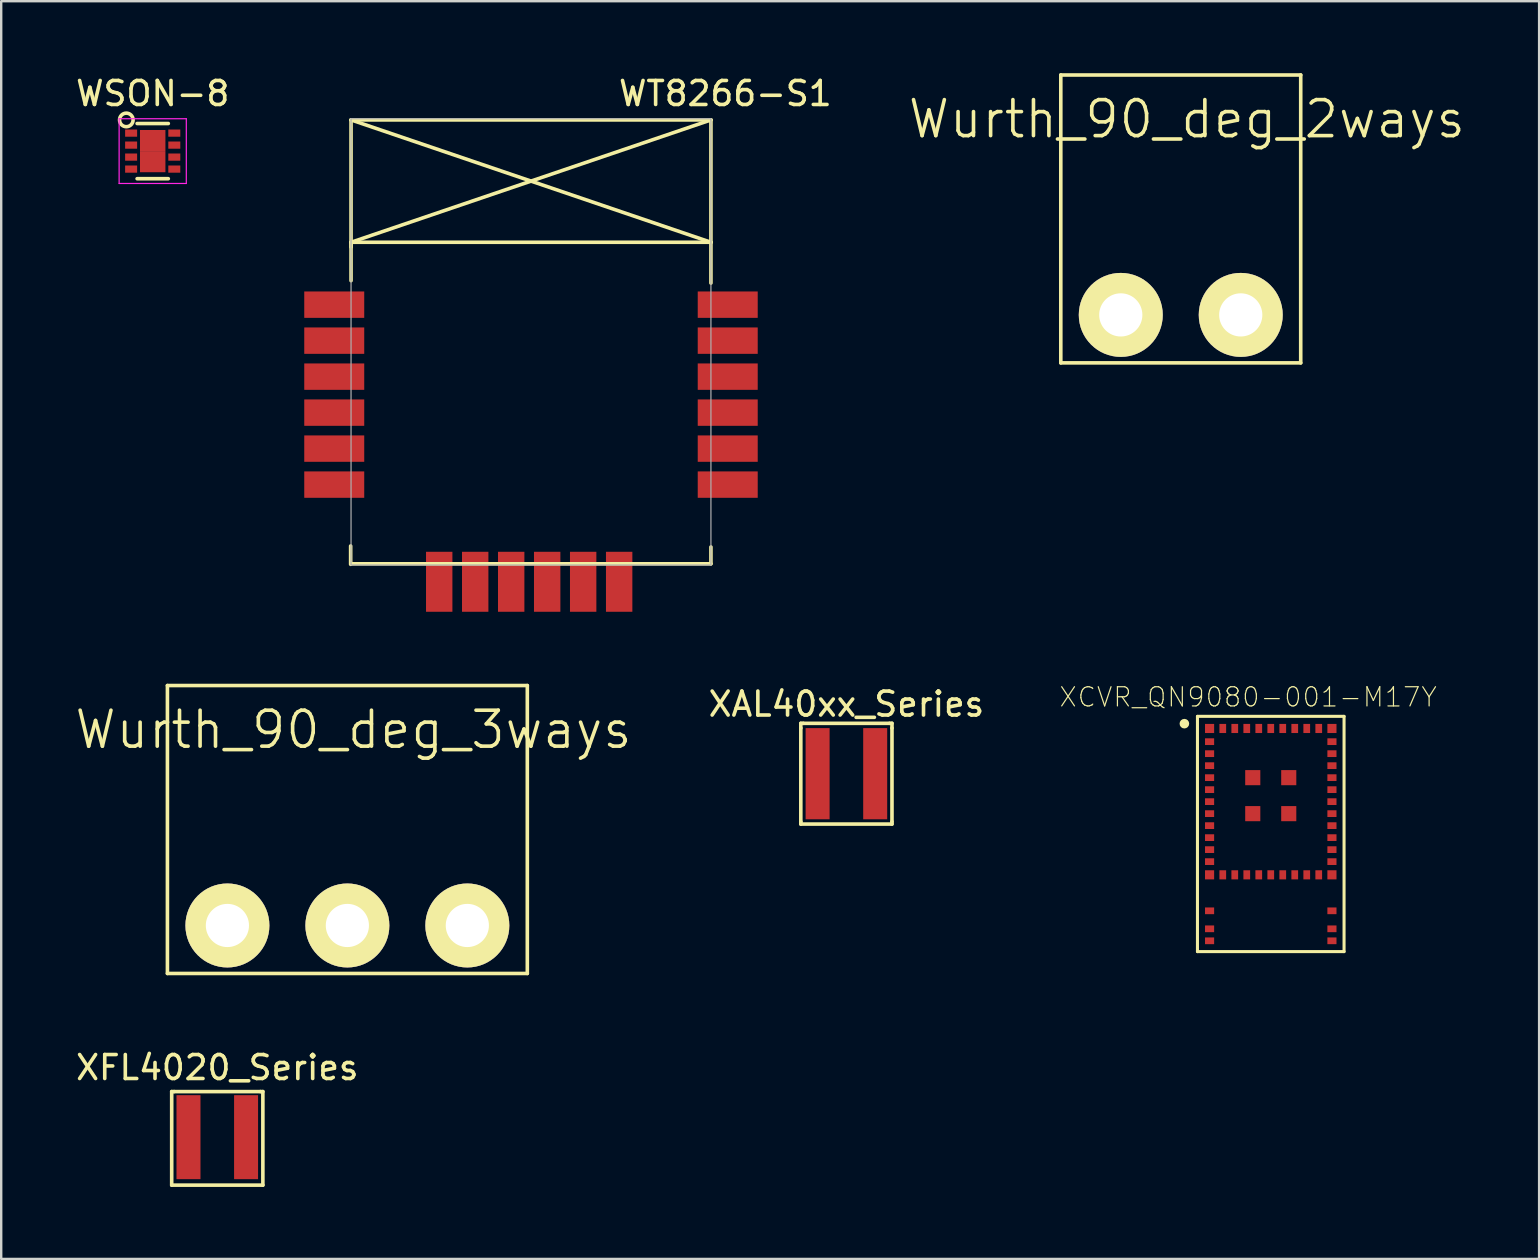
<source format=kicad_pcb>
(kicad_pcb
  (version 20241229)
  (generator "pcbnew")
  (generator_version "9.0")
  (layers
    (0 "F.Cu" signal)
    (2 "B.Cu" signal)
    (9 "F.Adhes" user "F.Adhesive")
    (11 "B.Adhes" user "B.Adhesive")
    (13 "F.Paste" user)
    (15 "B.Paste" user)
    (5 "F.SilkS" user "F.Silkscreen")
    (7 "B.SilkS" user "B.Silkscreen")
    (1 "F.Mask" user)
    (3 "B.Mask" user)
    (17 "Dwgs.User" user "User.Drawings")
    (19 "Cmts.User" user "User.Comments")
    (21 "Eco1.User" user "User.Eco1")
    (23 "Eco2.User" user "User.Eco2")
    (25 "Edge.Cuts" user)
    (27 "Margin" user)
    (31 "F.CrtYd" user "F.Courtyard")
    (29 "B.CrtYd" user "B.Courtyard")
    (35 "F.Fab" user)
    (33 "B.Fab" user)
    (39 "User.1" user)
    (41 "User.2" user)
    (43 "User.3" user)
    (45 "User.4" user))
  (footprint "WSON-8"
    (layer "F.Cu")
    (at 3.315 3.248)
    (property "Reference" "WSON-8" (at 0 -2.4 0) (layer "F.SilkS") (effects (font (size 1 1) (thickness 0.15))))
    (attr smd)
    (fp_line (start -0.65 -1.15) (end 0.65 -1.15) (stroke (width 0.15) (type solid)) (layer "F.SilkS"))
    (fp_line (start -0.65 1.15) (end 0.65 1.15) (stroke (width 0.15) (type solid)) (layer "F.SilkS"))
    (fp_circle (center -1.1 -1.3) (end -0.9 -1.1) (stroke (width 0.15) (type solid)) (fill no) (layer "F.SilkS"))
    (fp_line (start -1.4 -1.35) (end -1.4 1.35) (stroke (width 0.05) (type solid)) (layer "F.CrtYd"))
    (fp_line (start -1.4 -1.35) (end 1.4 -1.35) (stroke (width 0.05) (type solid)) (layer "F.CrtYd"))
    (fp_line (start -1.4 1.35) (end 1.4 1.35) (stroke (width 0.05) (type solid)) (layer "F.CrtYd"))
    (fp_line (start 1.4 -1.35) (end 1.4 1.35) (stroke (width 0.05) (type solid)) (layer "F.CrtYd"))
    (pad "1" smd rect (at -0.9 -0.75) (size 0.5 0.3) (layers "F.Cu" "F.Mask" "F.Paste"))
    (pad "2" smd rect (at -0.9 -0.25) (size 0.5 0.3) (layers "F.Cu" "F.Mask" "F.Paste"))
    (pad "3" smd rect (at -0.9 0.25) (size 0.5 0.3) (layers "F.Cu" "F.Mask" "F.Paste"))
    (pad "4" smd rect (at -0.9 0.75) (size 0.5 0.3) (layers "F.Cu" "F.Mask" "F.Paste"))
    (pad "5" smd rect (at 0.9 0.75) (size 0.5 0.3) (layers "F.Cu" "F.Mask" "F.Paste"))
    (pad "6" smd rect (at 0.9 0.25) (size 0.5 0.3) (layers "F.Cu" "F.Mask" "F.Paste"))
    (pad "7" smd rect (at 0.9 -0.25) (size 0.5 0.3) (layers "F.Cu" "F.Mask" "F.Paste"))
    (pad "8" smd rect (at 0.9 -0.75) (size 0.5 0.3) (layers "F.Cu" "F.Mask" "F.Paste"))
    (pad "9" smd rect (at 0 -0.44) (size 1.06 0.88) (layers "F.Cu" "F.Mask" "F.Paste"))
    (pad "9" smd rect (at 0 0.44) (size 1.06 0.88) (layers "F.Cu" "F.Mask" "F.Paste")))
  (footprint "Wurth_90_deg_3ways"
    (layer "F.Cu")
    (at 11.428 29.903)
    (property "Reference" "Wurth_90_deg_3ways" (at 0.254 -2.54 0) (layer "F.SilkS") (effects (font (size 1.5 1.5) (thickness 0.15))))
    (attr through_hole)
    (fp_line (start -7.5 -4.38) (end 7.5 -4.38) (stroke (width 0.15) (type solid)) (layer "F.SilkS"))
    (fp_line (start -7.5 7.62) (end -7.5 -4.38) (stroke (width 0.15) (type solid)) (layer "F.SilkS"))
    (fp_line (start -7.5 7.62) (end 7.5 7.62) (stroke (width 0.15) (type solid)) (layer "F.SilkS"))
    (fp_line (start 7.5 7.62) (end 7.5 -4.38) (stroke (width 0.15) (type solid)) (layer "F.SilkS"))
    (pad "1" thru_hole circle (at -5 5.62) (size 3.5 3.5) (drill 1.8) (layers "*.Cu" "*.Mask" "F.SilkS"))
    (pad "2" thru_hole circle (at 0 5.62) (size 3.5 3.5) (drill 1.8) (layers "*.Cu" "*.Mask" "F.SilkS"))
    (pad "3" thru_hole circle (at 5 5.62) (size 3.5 3.5) (drill 1.8) (layers "*.Cu" "*.Mask" "F.SilkS")))
  (footprint "WT8266-S1"
    (layer "F.Cu")
    (at 11.581 9.648)
    (property "Reference" "WT8266-S1" (at 15.6 -8.8 180) (layer "F.SilkS") (effects (font (size 1 1) (thickness 0.15))))
    (attr through_hole)
    (fp_line (start -0.016 10.059) (end -0.016 10.821) (stroke (width 0.152) (type solid)) (layer "F.SilkS"))
    (fp_line (start 0 -7.7) (end 0 -2.4) (stroke (width 0.15) (type solid)) (layer "F.SilkS"))
    (fp_line (start 0 -7.7) (end 15 -2.6) (stroke (width 0.15) (type solid)) (layer "F.SilkS"))
    (fp_line (start 0 -2.6) (end 15 -7.7) (stroke (width 0.15) (type solid)) (layer "F.SilkS"))
    (fp_line (start 0 -2.6) (end 15 -2.6) (stroke (width 0.15) (type solid)) (layer "F.SilkS"))
    (fp_line (start 0 -1) (end 0 -2.6) (stroke (width 0.15) (type solid)) (layer "F.SilkS"))
    (fp_line (start 15 -7.7) (end 0 -7.7) (stroke (width 0.15) (type solid)) (layer "F.SilkS"))
    (fp_line (start 15 -2.6) (end 15 -7.7) (stroke (width 0.15) (type solid)) (layer "F.SilkS"))
    (fp_line (start 15 -2.6) (end 15 -0.9) (stroke (width 0.15) (type solid)) (layer "F.SilkS"))
    (fp_line (start 15 10.1) (end 15 10.8) (stroke (width 0.15) (type solid)) (layer "F.SilkS"))
    (fp_line (start 15 10.8) (end 0 10.8) (stroke (width 0.15) (type solid)) (layer "F.SilkS"))
    (fp_line (start 0 -7.75) (end 15 -7.75) (stroke (width 0.05) (type solid)) (layer "F.Fab"))
    (fp_line (start 0 10.85) (end 0 -7.75) (stroke (width 0.05) (type solid)) (layer "F.Fab"))
    (fp_line (start 14.992 10.85) (end 0 10.85) (stroke (width 0.05) (type solid)) (layer "F.Fab"))
    (fp_line (start 15 -7.75) (end 15 10.85) (stroke (width 0.05) (type solid)) (layer "F.Fab"))
    (pad "1" smd rect (at 0 0) (size 2.5 1.1) (drill (offset -0.7 0)) (layers "F.Cu" "F.Mask" "F.Paste"))
    (pad "2" smd rect (at 0 1.5) (size 2.5 1.1) (drill (offset -0.7 0)) (layers "F.Cu" "F.Mask" "F.Paste"))
    (pad "3" smd rect (at 0 3) (size 2.5 1.1) (drill (offset -0.7 0)) (layers "F.Cu" "F.Mask" "F.Paste"))
    (pad "4" smd rect (at 0 4.5) (size 2.5 1.1) (drill (offset -0.7 0)) (layers "F.Cu" "F.Mask" "F.Paste"))
    (pad "5" smd rect (at 0 6) (size 2.5 1.1) (drill (offset -0.7 0)) (layers "F.Cu" "F.Mask" "F.Paste"))
    (pad "6" smd rect (at 0 7.5) (size 2.5 1.1) (drill (offset -0.7 0)) (layers "F.Cu" "F.Mask" "F.Paste"))
    (pad "7" smd rect (at 3.675 10.85 90) (size 2.5 1.1) (drill (offset -0.7 0)) (layers "F.Cu" "F.Mask" "F.Paste"))
    (pad "8" smd rect (at 5.175 10.85 90) (size 2.5 1.1) (drill (offset -0.7 0)) (layers "F.Cu" "F.Mask" "F.Paste"))
    (pad "9" smd rect (at 6.675 10.85 90) (size 2.5 1.1) (drill (offset -0.7 0)) (layers "F.Cu" "F.Mask" "F.Paste"))
    (pad "10" smd rect (at 8.175 10.85 90) (size 2.5 1.1) (drill (offset -0.7 0)) (layers "F.Cu" "F.Mask" "F.Paste"))
    (pad "11" smd rect (at 9.675 10.85 270) (size 2.5 1.1) (drill (offset 0.7 0)) (layers "F.Cu" "F.Mask" "F.Paste"))
    (pad "12" smd rect (at 11.175 10.85 270) (size 2.5 1.1) (drill (offset 0.7 0)) (layers "F.Cu" "F.Mask" "F.Paste"))
    (pad "13" smd rect (at 15 7.5) (size 2.5 1.1) (drill (offset 0.7 0)) (layers "F.Cu" "F.Mask" "F.Paste"))
    (pad "14" smd rect (at 15 6) (size 2.5 1.1) (drill (offset 0.7 0)) (layers "F.Cu" "F.Mask" "F.Paste"))
    (pad "15" smd rect (at 15 4.5) (size 2.5 1.1) (drill (offset 0.7 0)) (layers "F.Cu" "F.Mask" "F.Paste"))
    (pad "16" smd rect (at 15 3) (size 2.5 1.1) (drill (offset 0.7 0)) (layers "F.Cu" "F.Mask" "F.Paste"))
    (pad "17" smd rect (at 15 1.5) (size 2.5 1.1) (drill (offset 0.7 0)) (layers "F.Cu" "F.Mask" "F.Paste"))
    (pad "18" smd rect (at 15 0 180) (size 2.5 1.1) (drill (offset -0.7 0)) (layers "F.Cu" "F.Mask" "F.Paste")))
  (footprint "XCVR_QN9080-001-M17Y"
    (layer "F.Cu")
    (at 49.914 31.762)
    (property "Reference" "XCVR_QN9080-001-M17Y" (at -0.943 -5.758 0) (layer "F.SilkS") (effects (font (size 0.8 0.8) (thickness 0.05))))
    (attr smd)
    (fp_line (start -3.055 -4.955) (end 3.055 -4.955) (stroke (width 0.127) (type solid)) (layer "F.SilkS"))
    (fp_line (start -3.055 4.85) (end -3.055 -4.955) (stroke (width 0.127) (type solid)) (layer "F.SilkS"))
    (fp_line (start 3.055 -4.955) (end 3.055 4.85) (stroke (width 0.127) (type solid)) (layer "F.SilkS"))
    (fp_line (start 3.055 4.85) (end -3.055 4.85) (stroke (width 0.127) (type solid)) (layer "F.SilkS"))
    (fp_circle (center -3.6 -4.65) (end -3.5 -4.65) (stroke (width 0.2) (type solid)) (fill no) (layer "F.SilkS"))
    (fp_line (start -3.25 -5.1) (end 3.25 -5.1) (stroke (width 0.05) (type solid)) (layer "Eco1.User"))
    (fp_line (start -3.25 5.1) (end -3.25 -5.1) (stroke (width 0.05) (type solid)) (layer "Eco1.User"))
    (fp_line (start 3.25 -5.1) (end 3.25 5.1) (stroke (width 0.05) (type solid)) (layer "Eco1.User"))
    (fp_line (start 3.25 5.1) (end -3.25 5.1) (stroke (width 0.05) (type solid)) (layer "Eco1.User"))
    (fp_line (start -3 -4.85) (end -3 4.85) (stroke (width 0.127) (type solid)) (layer "Eco2.User"))
    (fp_line (start -3 4.85) (end 3 4.85) (stroke (width 0.127) (type solid)) (layer "Eco2.User"))
    (fp_line (start 3 -4.85) (end -3 -4.85) (stroke (width 0.127) (type solid)) (layer "Eco2.User"))
    (fp_line (start 3 4.85) (end 3 -4.85) (stroke (width 0.127) (type solid)) (layer "Eco2.User"))
    (fp_circle (center -3.6 -4.65) (end -3.5 -4.65) (stroke (width 0.2) (type solid)) (fill no) (layer "Eco2.User"))
    (pad "1" smd rect (at -2.55 -4.45) (size 0.38 0.38) (layers "F.Cu" "F.Mask" "F.Paste"))
    (pad "2" smd rect (at -2.55 -3.9) (size 0.38 0.28) (layers "F.Cu" "F.Mask" "F.Paste"))
    (pad "3" smd rect (at -2.55 -3.4) (size 0.38 0.28) (layers "F.Cu" "F.Mask" "F.Paste"))
    (pad "4" smd rect (at -2.55 -2.9) (size 0.38 0.28) (layers "F.Cu" "F.Mask" "F.Paste"))
    (pad "5" smd rect (at -2.55 -2.4) (size 0.38 0.28) (layers "F.Cu" "F.Mask" "F.Paste"))
    (pad "6" smd rect (at -2.55 -1.9) (size 0.38 0.28) (layers "F.Cu" "F.Mask" "F.Paste"))
    (pad "7" smd rect (at -2.55 -1.4) (size 0.38 0.28) (layers "F.Cu" "F.Mask" "F.Paste"))
    (pad "8" smd rect (at -2.55 -0.9) (size 0.38 0.28) (layers "F.Cu" "F.Mask" "F.Paste"))
    (pad "9" smd rect (at -2.55 -0.4) (size 0.38 0.28) (layers "F.Cu" "F.Mask" "F.Paste"))
    (pad "10" smd rect (at -2.55 0.1) (size 0.38 0.28) (layers "F.Cu" "F.Mask" "F.Paste"))
    (pad "11" smd rect (at -2.55 0.6) (size 0.38 0.28) (layers "F.Cu" "F.Mask" "F.Paste"))
    (pad "12" smd rect (at -2.55 1.1) (size 0.38 0.28) (layers "F.Cu" "F.Mask" "F.Paste"))
    (pad "13" smd rect (at -2.55 1.65) (size 0.38 0.38) (layers "F.Cu" "F.Mask" "F.Paste"))
    (pad "14" smd rect (at -2 1.65 90) (size 0.38 0.28) (layers "F.Cu" "F.Mask" "F.Paste"))
    (pad "15" smd rect (at -1.5 1.65 90) (size 0.38 0.28) (layers "F.Cu" "F.Mask" "F.Paste"))
    (pad "16" smd rect (at -1 1.65 90) (size 0.38 0.28) (layers "F.Cu" "F.Mask" "F.Paste"))
    (pad "17" smd rect (at -0.5 1.65 90) (size 0.38 0.28) (layers "F.Cu" "F.Mask" "F.Paste"))
    (pad "18" smd rect (at 0 1.65 90) (size 0.38 0.28) (layers "F.Cu" "F.Mask" "F.Paste"))
    (pad "19" smd rect (at 0.5 1.65 90) (size 0.38 0.28) (layers "F.Cu" "F.Mask" "F.Paste"))
    (pad "20" smd rect (at 1 1.65 90) (size 0.38 0.28) (layers "F.Cu" "F.Mask" "F.Paste"))
    (pad "21" smd rect (at 1.5 1.65 90) (size 0.38 0.28) (layers "F.Cu" "F.Mask" "F.Paste"))
    (pad "22" smd rect (at 2 1.65 90) (size 0.38 0.28) (layers "F.Cu" "F.Mask" "F.Paste"))
    (pad "23" smd rect (at 2.55 1.65) (size 0.38 0.38) (layers "F.Cu" "F.Mask" "F.Paste"))
    (pad "24" smd rect (at 2.55 1.1) (size 0.38 0.28) (layers "F.Cu" "F.Mask" "F.Paste"))
    (pad "25" smd rect (at 2.55 0.6) (size 0.38 0.28) (layers "F.Cu" "F.Mask" "F.Paste"))
    (pad "26" smd rect (at 2.55 0.1) (size 0.38 0.28) (layers "F.Cu" "F.Mask" "F.Paste"))
    (pad "27" smd rect (at 2.55 -0.4) (size 0.38 0.28) (layers "F.Cu" "F.Mask" "F.Paste"))
    (pad "28" smd rect (at 2.55 -0.9) (size 0.38 0.28) (layers "F.Cu" "F.Mask" "F.Paste"))
    (pad "29" smd rect (at 2.55 -1.4) (size 0.38 0.28) (layers "F.Cu" "F.Mask" "F.Paste"))
    (pad "30" smd rect (at 2.55 -1.9) (size 0.38 0.28) (layers "F.Cu" "F.Mask" "F.Paste"))
    (pad "31" smd rect (at 2.55 -2.4) (size 0.38 0.28) (layers "F.Cu" "F.Mask" "F.Paste"))
    (pad "32" smd rect (at 2.55 -2.9) (size 0.38 0.28) (layers "F.Cu" "F.Mask" "F.Paste"))
    (pad "33" smd rect (at 2.55 -3.4) (size 0.38 0.28) (layers "F.Cu" "F.Mask" "F.Paste"))
    (pad "34" smd rect (at 2.55 -3.9) (size 0.38 0.28) (layers "F.Cu" "F.Mask" "F.Paste"))
    (pad "35" smd rect (at 2.55 -4.45) (size 0.38 0.38) (layers "F.Cu" "F.Mask" "F.Paste"))
    (pad "36" smd rect (at 2 -4.45 90) (size 0.38 0.28) (layers "F.Cu" "F.Mask" "F.Paste"))
    (pad "37" smd rect (at 1.5 -4.45 90) (size 0.38 0.28) (layers "F.Cu" "F.Mask" "F.Paste"))
    (pad "38" smd rect (at 1 -4.45 90) (size 0.38 0.28) (layers "F.Cu" "F.Mask" "F.Paste"))
    (pad "39" smd rect (at 0.5 -4.45 90) (size 0.38 0.28) (layers "F.Cu" "F.Mask" "F.Paste"))
    (pad "40" smd rect (at 0 -4.45 90) (size 0.38 0.28) (layers "F.Cu" "F.Mask" "F.Paste"))
    (pad "41" smd rect (at -0.5 -4.45 90) (size 0.38 0.28) (layers "F.Cu" "F.Mask" "F.Paste"))
    (pad "42" smd rect (at -1 -4.45 90) (size 0.38 0.28) (layers "F.Cu" "F.Mask" "F.Paste"))
    (pad "43" smd rect (at -1.5 -4.45 90) (size 0.38 0.28) (layers "F.Cu" "F.Mask" "F.Paste"))
    (pad "44" smd rect (at -2 -4.45 90) (size 0.38 0.28) (layers "F.Cu" "F.Mask" "F.Paste"))
    (pad "45" smd rect (at -2.55 3.15) (size 0.38 0.28) (layers "F.Cu" "F.Mask" "F.Paste"))
    (pad "46" smd rect (at -2.55 3.9) (size 0.38 0.28) (layers "F.Cu" "F.Mask" "F.Paste"))
    (pad "47" smd rect (at -2.55 4.4) (size 0.38 0.28) (layers "F.Cu" "F.Mask" "F.Paste"))
    (pad "48" smd rect (at 2.55 4.4) (size 0.38 0.28) (layers "F.Cu" "F.Mask" "F.Paste"))
    (pad "49" smd rect (at 2.55 3.9) (size 0.38 0.28) (layers "F.Cu" "F.Mask" "F.Paste"))
    (pad "50" smd rect (at 2.55 3.15) (size 0.38 0.28) (layers "F.Cu" "F.Mask" "F.Paste"))
    (pad "51" smd rect (at -0.75 -2.4) (size 0.63 0.63) (layers "F.Cu" "F.Mask" "F.Paste"))
    (pad "52" smd rect (at -0.75 -0.9) (size 0.63 0.63) (layers "F.Cu" "F.Mask" "F.Paste"))
    (pad "53" smd rect (at 0.75 -0.9) (size 0.63 0.63) (layers "F.Cu" "F.Mask" "F.Paste"))
    (pad "54" smd rect (at 0.75 -2.4) (size 0.63 0.63) (layers "F.Cu" "F.Mask" "F.Paste")))
  (footprint "Wurth_90_deg_2ways"
    (layer "F.Cu")
    (at 46.163 6.487)
    (property "Reference" "Wurth_90_deg_2ways" (at 0.254 -4.572 0) (layer "F.SilkS") (effects (font (size 1.5 1.5) (thickness 0.15))))
    (attr through_hole)
    (fp_line (start -5 -6.412) (end 5 -6.412) (stroke (width 0.15) (type solid)) (layer "F.SilkS"))
    (fp_line (start -5 5.588) (end -5 -6.412) (stroke (width 0.15) (type solid)) (layer "F.SilkS"))
    (fp_line (start -5 5.588) (end 5 5.588) (stroke (width 0.15) (type solid)) (layer "F.SilkS"))
    (fp_line (start 5 5.588) (end 5 -6.412) (stroke (width 0.15) (type solid)) (layer "F.SilkS"))
    (pad "1" thru_hole circle (at -2.5 3.588) (size 3.5 3.5) (drill 1.8) (layers "*.Cu" "*.Mask" "F.SilkS"))
    (pad "2" thru_hole circle (at 2.5 3.588) (size 3.5 3.5) (drill 1.8) (layers "*.Cu" "*.Mask" "F.SilkS")))
  (footprint "XFL4020_Series"
    (layer "F.Cu")
    (at 6.006 44.346)
    (property "Reference" "XFL4020_Series" (at 0 -2.9 0) (layer "F.SilkS") (effects (font (size 1 1) (thickness 0.15))))
    (attr through_hole)
    (fp_line (start -1.9 -1.9) (end -1.8 -1.9) (stroke (width 0.15) (type solid)) (layer "F.SilkS"))
    (fp_line (start -1.9 2) (end -1.9 -1.9) (stroke (width 0.15) (type solid)) (layer "F.SilkS"))
    (fp_line (start -1.8 -1.9) (end 1.8 -1.9) (stroke (width 0.15) (type solid)) (layer "F.SilkS"))
    (fp_line (start 1.8 -1.9) (end 1.9 -1.9) (stroke (width 0.15) (type solid)) (layer "F.SilkS"))
    (fp_line (start 1.9 -1.9) (end 1.9 2) (stroke (width 0.15) (type solid)) (layer "F.SilkS"))
    (fp_line (start 1.9 2) (end -1.9 2) (stroke (width 0.15) (type solid)) (layer "F.SilkS"))
    (pad "1" smd rect (at -1.2 0) (size 1 3.5) (layers "F.Cu" "F.Mask" "F.Paste"))
    (pad "2" smd rect (at 1.2 0) (size 1 3.5) (layers "F.Cu" "F.Mask" "F.Paste")))
  (footprint "XAL40xx_Series"
    (layer "F.Cu")
    (at 32.227 29.197)
    (property "Reference" "XAL40xx_Series" (at 0 -2.9 0) (layer "F.SilkS") (effects (font (size 1 1) (thickness 0.15))))
    (attr through_hole)
    (fp_line (start -1.9 -2.1) (end -1.8 -2.1) (stroke (width 0.15) (type solid)) (layer "F.SilkS"))
    (fp_line (start -1.9 -1.9) (end -1.9 -2.1) (stroke (width 0.15) (type solid)) (layer "F.SilkS"))
    (fp_line (start -1.9 2) (end -1.9 -1.9) (stroke (width 0.15) (type solid)) (layer "F.SilkS"))
    (fp_line (start -1.9 2.1) (end -1.9 2) (stroke (width 0.15) (type solid)) (layer "F.SilkS"))
    (fp_line (start -1.8 -2.1) (end 1.8 -2.1) (stroke (width 0.15) (type solid)) (layer "F.SilkS"))
    (fp_line (start 1.8 -2.1) (end 1.9 -2.1) (stroke (width 0.15) (type solid)) (layer "F.SilkS"))
    (fp_line (start 1.9 -2.1) (end 1.9 -1.9) (stroke (width 0.15) (type solid)) (layer "F.SilkS"))
    (fp_line (start 1.9 -1.9) (end 1.9 2) (stroke (width 0.15) (type solid)) (layer "F.SilkS"))
    (fp_line (start 1.9 2.1) (end -1.9 2.1) (stroke (width 0.15) (type solid)) (layer "F.SilkS"))
    (fp_line (start 1.9 2.1) (end 1.9 2) (stroke (width 0.15) (type solid)) (layer "F.SilkS"))
    (pad "1" smd rect (at -1.2 0) (size 1 3.8) (layers "F.Cu" "F.Mask" "F.Paste"))
    (pad "2" smd rect (at 1.2 0) (size 1 3.8) (layers "F.Cu" "F.Mask" "F.Paste")))
  (gr_rect
    (start -3 -3)
    (end 61.099 49.422)
    (stroke (width 0.1) (type default))
    (fill no)
    (layer "Edge.Cuts")))
</source>
